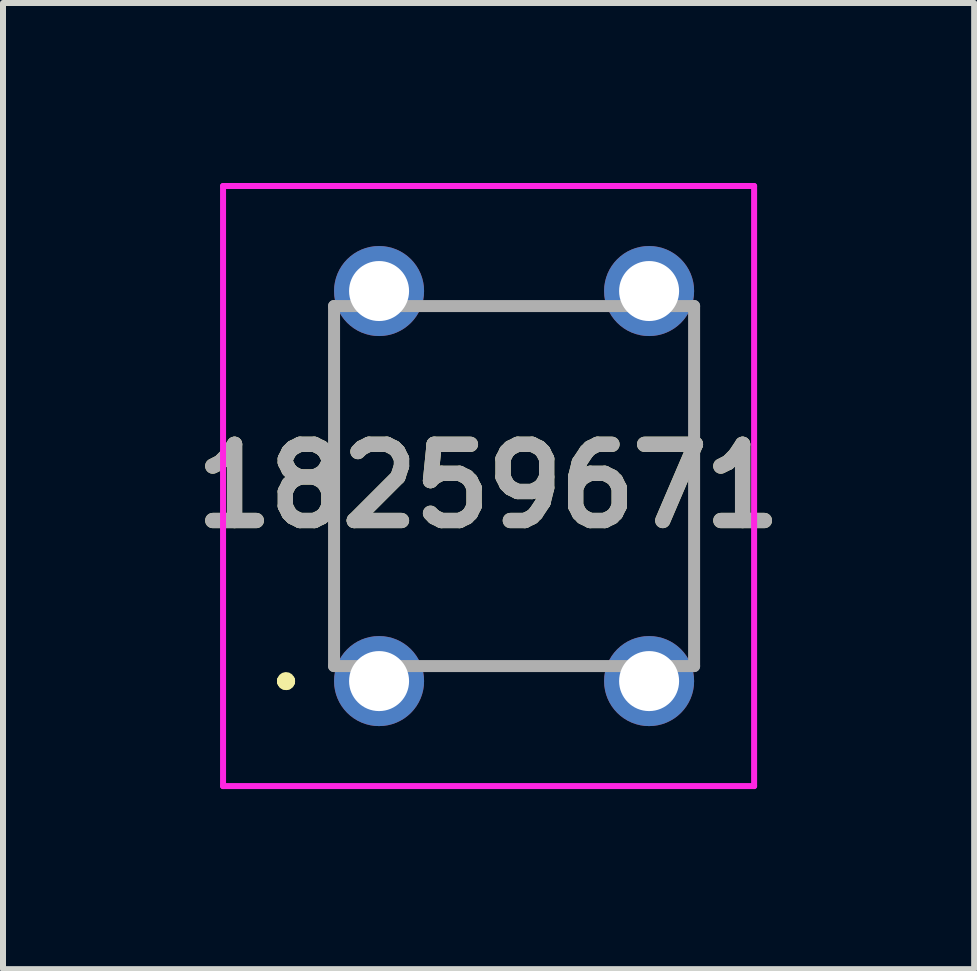
<source format=kicad_pcb>
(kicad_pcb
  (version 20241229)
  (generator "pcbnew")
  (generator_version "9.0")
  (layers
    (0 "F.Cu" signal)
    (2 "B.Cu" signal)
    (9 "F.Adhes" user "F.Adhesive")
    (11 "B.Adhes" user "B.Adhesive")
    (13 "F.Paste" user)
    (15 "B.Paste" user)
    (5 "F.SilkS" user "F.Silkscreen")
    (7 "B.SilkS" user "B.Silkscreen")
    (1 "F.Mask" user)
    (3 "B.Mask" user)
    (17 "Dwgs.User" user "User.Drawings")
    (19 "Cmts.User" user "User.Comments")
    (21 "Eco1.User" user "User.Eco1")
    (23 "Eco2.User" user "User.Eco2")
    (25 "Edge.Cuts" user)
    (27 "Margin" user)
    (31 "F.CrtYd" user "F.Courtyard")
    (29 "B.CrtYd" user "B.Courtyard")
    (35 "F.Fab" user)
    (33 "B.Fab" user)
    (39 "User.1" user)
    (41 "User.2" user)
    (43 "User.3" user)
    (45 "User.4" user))
  (footprint "18259671"
    (layer "F.Cu")
    (at 3.267 8.3)
    (property "Reference" "18259671" (at 1.825 -3.25 0) (layer "F.SilkS") (effects (font (size 1.27 1.27) (thickness 0.254))))
    (attr through_hole)
    (fp_line (start -1.6 0) (end -1.6 0) (stroke (width 0.2) (type solid)) (layer "F.SilkS"))
    (fp_line (start -1.6 0) (end -1.6 0) (stroke (width 0.2) (type solid)) (layer "F.SilkS"))
    (fp_line (start -1.5 0) (end -1.5 0) (stroke (width 0.2) (type solid)) (layer "F.SilkS"))
    (fp_line (start -0.75 -5.25) (end -0.75 -5.25) (stroke (width 0.1) (type solid)) (layer "F.SilkS"))
    (fp_line (start -0.75 -5.25) (end -0.75 -1.25) (stroke (width 0.1) (type solid)) (layer "F.SilkS"))
    (fp_line (start -0.75 -1.25) (end -0.75 -5.25) (stroke (width 0.1) (type solid)) (layer "F.SilkS"))
    (fp_line (start -0.75 -1.25) (end -0.75 -1.25) (stroke (width 0.1) (type solid)) (layer "F.SilkS"))
    (fp_line (start 1.5 -6.25) (end 1.5 -6.25) (stroke (width 0.1) (type solid)) (layer "F.SilkS"))
    (fp_line (start 1.5 -6.25) (end 3 -6.25) (stroke (width 0.1) (type solid)) (layer "F.SilkS"))
    (fp_line (start 1.5 -0.25) (end 1.5 -0.25) (stroke (width 0.1) (type solid)) (layer "F.SilkS"))
    (fp_line (start 1.5 -0.25) (end 3 -0.25) (stroke (width 0.1) (type solid)) (layer "F.SilkS"))
    (fp_line (start 3 -6.25) (end 1.5 -6.25) (stroke (width 0.1) (type solid)) (layer "F.SilkS"))
    (fp_line (start 3 -6.25) (end 3 -6.25) (stroke (width 0.1) (type solid)) (layer "F.SilkS"))
    (fp_line (start 3 -0.25) (end 1.5 -0.25) (stroke (width 0.1) (type solid)) (layer "F.SilkS"))
    (fp_line (start 3 -0.25) (end 3 -0.25) (stroke (width 0.1) (type solid)) (layer "F.SilkS"))
    (fp_line (start 5.25 -5) (end 5.25 -5) (stroke (width 0.1) (type solid)) (layer "F.SilkS"))
    (fp_line (start 5.25 -5) (end 5.25 -1.25) (stroke (width 0.1) (type solid)) (layer "F.SilkS"))
    (fp_line (start 5.25 -1.25) (end 5.25 -5) (stroke (width 0.1) (type solid)) (layer "F.SilkS"))
    (fp_line (start 5.25 -1.25) (end 5.25 -1.25) (stroke (width 0.1) (type solid)) (layer "F.SilkS"))
    (fp_arc (start -1.6 0) (mid -1.55 -0.05) (end -1.5 0) (stroke (width 0.2) (type solid)) (layer "F.SilkS"))
    (fp_arc (start -1.5 0) (mid -1.55 0.05) (end -1.6 0) (stroke (width 0.2) (type solid)) (layer "F.SilkS"))
    (fp_arc (start -1.5 0) (mid -1.55 0.05) (end -1.6 0) (stroke (width 0.2) (type solid)) (layer "F.SilkS"))
    (fp_line (start -2.6 -8.25) (end -2.6 1.75) (stroke (width 0.1) (type solid)) (layer "F.CrtYd"))
    (fp_line (start -2.6 1.75) (end 6.25 1.75) (stroke (width 0.1) (type solid)) (layer "F.CrtYd"))
    (fp_line (start 6.25 -8.25) (end -2.6 -8.25) (stroke (width 0.1) (type solid)) (layer "F.CrtYd"))
    (fp_line (start 6.25 1.75) (end 6.25 -8.25) (stroke (width 0.1) (type solid)) (layer "F.CrtYd"))
    (fp_line (start -0.75 -6.25) (end 5.25 -6.25) (stroke (width 0.2) (type solid)) (layer "F.Fab"))
    (fp_line (start -0.75 -0.25) (end -0.75 -6.25) (stroke (width 0.2) (type solid)) (layer "F.Fab"))
    (fp_line (start 5.25 -6.25) (end 5.25 -0.25) (stroke (width 0.2) (type solid)) (layer "F.Fab"))
    (fp_line (start 5.25 -0.25) (end -0.75 -0.25) (stroke (width 0.2) (type solid)) (layer "F.Fab"))
    (fp_text user "${REFERENCE}" (at 1.825 -3.25 0) (layer "F.Fab") (effects (font (size 1.27 1.27) (thickness 0.254))))
    (pad "1" thru_hole circle (at 0 0) (size 1.5 1.5) (drill 1) (layers "*.Cu" "*.Mask"))
    (pad "2" thru_hole circle (at 0 -6.5) (size 1.5 1.5) (drill 1) (layers "*.Cu" "*.Mask"))
    (pad "3" thru_hole circle (at 4.5 0) (size 1.5 1.5) (drill 1) (layers "*.Cu" "*.Mask"))
    (pad "4" thru_hole circle (at 4.5 -6.5) (size 1.5 1.5) (drill 1) (layers "*.Cu" "*.Mask")))
  (gr_rect
    (start -3 -3)
    (end 13.184 13.1)
    (stroke (width 0.1) (type default))
    (fill no)
    (layer "Edge.Cuts")))
</source>
